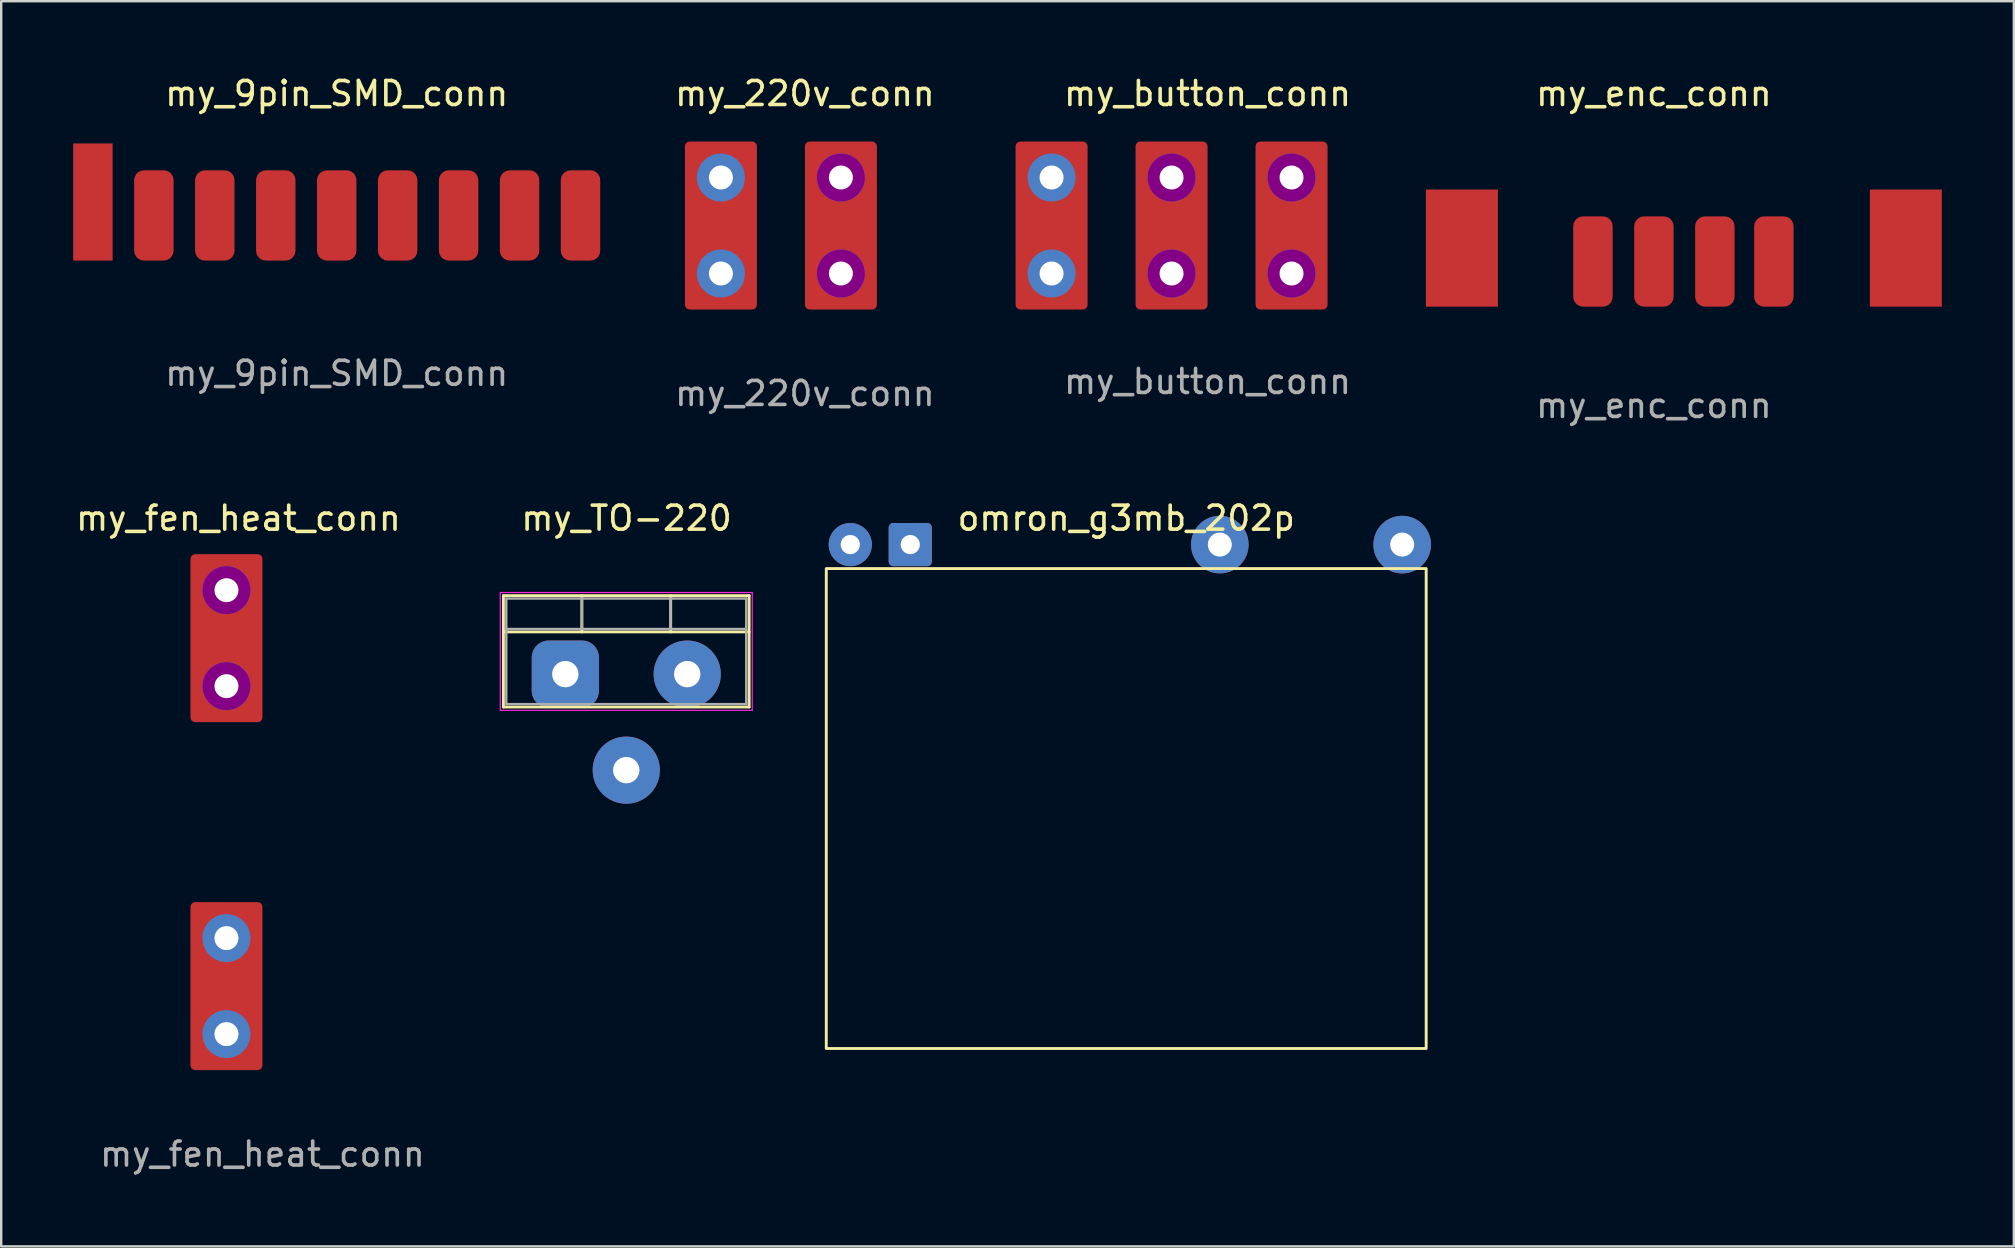
<source format=kicad_pcb>
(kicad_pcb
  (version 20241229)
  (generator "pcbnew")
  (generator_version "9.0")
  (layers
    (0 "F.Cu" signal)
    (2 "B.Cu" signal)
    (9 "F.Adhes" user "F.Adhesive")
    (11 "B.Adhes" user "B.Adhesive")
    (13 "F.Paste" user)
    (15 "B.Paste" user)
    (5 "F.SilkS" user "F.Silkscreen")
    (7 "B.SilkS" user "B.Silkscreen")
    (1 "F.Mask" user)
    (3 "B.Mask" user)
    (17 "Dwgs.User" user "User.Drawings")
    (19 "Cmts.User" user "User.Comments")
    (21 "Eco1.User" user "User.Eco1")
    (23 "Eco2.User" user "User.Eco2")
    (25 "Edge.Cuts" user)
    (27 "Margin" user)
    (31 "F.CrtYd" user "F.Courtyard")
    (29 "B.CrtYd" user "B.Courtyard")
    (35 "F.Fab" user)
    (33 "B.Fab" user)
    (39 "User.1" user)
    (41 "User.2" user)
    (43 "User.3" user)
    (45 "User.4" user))
  (footprint "omron_g3mb_202p"
    (layer "F.Cu")
    (at 43.884 19.645)
    (property "Reference" "omron_g3mb_202p" (at 0 -1.1 0) (unlocked yes) (layer "F.SilkS") (effects (font (size 1 1) (thickness 0.15))))
    (attr through_hole)
    (fp_rect (start -12.5 1) (end 12.5 21) (stroke (width 0.12) (type solid)) (fill no) (layer "F.SilkS"))
    (pad "11" thru_hole circle (at 3.9 0) (size 2.4 2.4) (drill 1) (layers "*.Cu" "*.Mask"))
    (pad "14" thru_hole circle (at 11.5 0) (size 2.4 2.4) (drill 1) (layers "*.Cu" "*.Mask"))
    (pad "A1" thru_hole roundrect (at -9 0) (size 1.8 1.8) (drill 0.8) (layers "*.Cu" "*.Mask") (roundrect_rratio 0.104))
    (pad "A2" thru_hole circle (at -11.5 0) (size 1.8 1.8) (drill 0.8) (layers "*.Cu" "*.Mask")))
  (footprint "my_enc_conn"
    (layer "F.Cu")
    (at 65.874 7.848)
    (property "Reference" "my_enc_conn" (at 0 -7 0) (unlocked yes) (layer "F.SilkS") (effects (font (size 1 1) (thickness 0.15))))
    (attr smd)
    (fp_text user "${REFERENCE}" (at 0 6 0) (unlocked yes) (layer "F.Fab") (effects (font (size 1 1) (thickness 0.15))))
    (pad "1" smd rect (at -8 -0.559) (size 3 4.881) (layers "F.Cu" "F.Mask" "F.Paste"))
    (pad "2" smd roundrect (at -2.54 0) (size 1.643 3.762) (layers "F.Cu" "F.Mask" "F.Paste") (roundrect_rratio 0.25))
    (pad "3" smd roundrect (at 0 0) (size 1.643 3.762) (layers "F.Cu" "F.Mask" "F.Paste") (roundrect_rratio 0.25))
    (pad "4" smd roundrect (at 2.54 0) (size 1.643 3.762) (layers "F.Cu" "F.Mask" "F.Paste") (roundrect_rratio 0.25))
    (pad "5" smd roundrect (at 5 0) (size 1.643 3.762) (layers "F.Cu" "F.Mask" "F.Paste") (roundrect_rratio 0.25))
    (pad "6" smd rect (at 10.5 -0.559) (size 3 4.881) (layers "F.Cu" "F.Mask" "F.Paste")))
  (footprint "my_button_conn"
    (layer "F.Cu")
    (at 39.273 9.848)
    (property "Reference" "my_button_conn" (at 8 -9 0) (unlocked yes) (layer "F.SilkS") (effects (font (size 1 1) (thickness 0.15))))
    (attr through_hole)
    (fp_text user "${REFERENCE}" (at 8 3 0) (unlocked yes) (layer "F.Fab") (effects (font (size 1 1) (thickness 0.15))))
    (pad "1" thru_hole circle (at 1.5 -5.5) (size 2 2) (drill 1) (layers "*.Cu" "*.Mask"))
    (pad "1" smd roundrect (at 1.5 -3.5) (size 3 7) (layers "F.Cu" "F.Mask" "F.Paste") (roundrect_rratio 0.066))
    (pad "1" thru_hole circle (at 1.5 -1.5) (size 2 2) (drill 1) (layers "*.Cu" "*.Mask"))
    (pad "2" thru_hole circle (at 6.5 -5.5) (size 2 2) (drill 1) (layers "*.Cu" "*.Mask" "F.Adhes"))
    (pad "2" smd roundrect (at 6.5 -3.5) (size 3 7) (layers "F.Cu" "F.Mask" "F.Paste") (roundrect_rratio 0.066))
    (pad "2" thru_hole circle (at 6.5 -1.5) (size 2 2) (drill 1) (layers "*.Cu" "*.Mask" "F.Adhes"))
    (pad "3" thru_hole circle (at 11.5 -5.5) (size 2 2) (drill 1) (layers "*.Cu" "*.Mask" "F.Adhes"))
    (pad "3" smd roundrect (at 11.5 -3.5) (size 3 7) (layers "F.Cu" "F.Mask" "F.Paste") (roundrect_rratio 0.066))
    (pad "3" thru_hole circle (at 11.5 -1.5) (size 2 2) (drill 1) (layers "*.Cu" "*.Mask" "F.Adhes")))
  (footprint "my_TO-220"
    (layer "F.Cu")
    (at 23.06 25.045)
    (property "Reference" "my_TO-220" (at 0 -6.5 0) (unlocked yes) (layer "F.SilkS") (effects (font (size 1 1) (thickness 0.15))))
    (attr through_hole)
    (fp_line (start -5.131 -3.272) (end -5.131 1.369) (stroke (width 0.12) (type solid)) (layer "F.SilkS"))
    (fp_line (start -5.131 -3.272) (end 5.109 -3.272) (stroke (width 0.12) (type solid)) (layer "F.SilkS"))
    (fp_line (start -5.131 -1.762) (end 5.109 -1.762) (stroke (width 0.12) (type solid)) (layer "F.SilkS"))
    (fp_line (start -5.131 1.369) (end 5.109 1.369) (stroke (width 0.12) (type solid)) (layer "F.SilkS"))
    (fp_line (start -1.861 -3.272) (end -1.861 -1.762) (stroke (width 0.12) (type solid)) (layer "F.SilkS"))
    (fp_line (start 1.84 -3.272) (end 1.84 -1.762) (stroke (width 0.12) (type solid)) (layer "F.SilkS"))
    (fp_line (start 5.109 -3.272) (end 5.109 1.369) (stroke (width 0.12) (type solid)) (layer "F.SilkS"))
    (fp_line (start -5.261 -3.402) (end -5.261 1.508) (stroke (width 0.05) (type solid)) (layer "F.CrtYd"))
    (fp_line (start -5.261 1.508) (end 5.239 1.508) (stroke (width 0.05) (type solid)) (layer "F.CrtYd"))
    (fp_line (start 5.239 -3.402) (end -5.261 -3.402) (stroke (width 0.05) (type solid)) (layer "F.CrtYd"))
    (fp_line (start 5.239 1.508) (end 5.239 -3.402) (stroke (width 0.05) (type solid)) (layer "F.CrtYd"))
    (fp_line (start -5.011 -3.152) (end -5.011 1.248) (stroke (width 0.1) (type solid)) (layer "F.Fab"))
    (fp_line (start -5.011 -1.882) (end 4.989 -1.882) (stroke (width 0.1) (type solid)) (layer "F.Fab"))
    (fp_line (start -5.011 1.248) (end 4.989 1.248) (stroke (width 0.1) (type solid)) (layer "F.Fab"))
    (fp_line (start -1.861 -3.152) (end -1.861 -1.882) (stroke (width 0.1) (type solid)) (layer "F.Fab"))
    (fp_line (start 1.839 -3.152) (end 1.839 -1.882) (stroke (width 0.1) (type solid)) (layer "F.Fab"))
    (fp_line (start 4.989 -3.152) (end -5.011 -3.152) (stroke (width 0.1) (type solid)) (layer "F.Fab"))
    (fp_line (start 4.989 1.248) (end 4.989 -3.152) (stroke (width 0.1) (type solid)) (layer "F.Fab"))
    (pad "1" thru_hole roundrect (at -2.551 -0.002) (size 2.8 2.8) (drill 1.1) (layers "*.Cu" "*.Mask") (roundrect_rratio 0.25))
    (pad "2" thru_hole circle (at -0.011 4) (size 2.8 2.8) (drill 1.1) (layers "*.Cu" "*.Mask"))
    (pad "3" thru_hole circle (at 2.529 -0.002) (size 2.8 2.8) (drill 1.1) (layers "*.Cu" "*.Mask")))
  (footprint "my_9pin_SMD_conn"
    (layer "F.Cu")
    (at 10.982 5.928)
    (property "Reference" "my_9pin_SMD_conn" (at 0 -5.08 0) (unlocked yes) (layer "F.SilkS") (effects (font (size 1 1) (thickness 0.15))))
    (attr smd)
    (fp_text user "${REFERENCE}" (at 0 6.58 0) (unlocked yes) (layer "F.Fab") (effects (font (size 1 1) (thickness 0.15))))
    (pad "1" smd rect (at -10.16 -0.559) (size 1.643 4.881) (layers "F.Cu" "F.Mask" "F.Paste"))
    (pad "2" smd roundrect (at -7.62 0) (size 1.643 3.762) (layers "F.Cu" "F.Mask" "F.Paste") (roundrect_rratio 0.25))
    (pad "3" smd roundrect (at -5.08 0) (size 1.643 3.762) (layers "F.Cu" "F.Mask" "F.Paste") (roundrect_rratio 0.25))
    (pad "4" smd roundrect (at -2.54 0) (size 1.643 3.762) (layers "F.Cu" "F.Mask" "F.Paste") (roundrect_rratio 0.25))
    (pad "5" smd roundrect (at 0 0) (size 1.643 3.762) (layers "F.Cu" "F.Mask" "F.Paste") (roundrect_rratio 0.25))
    (pad "6" smd roundrect (at 2.54 0) (size 1.643 3.762) (layers "F.Cu" "F.Mask" "F.Paste") (roundrect_rratio 0.25))
    (pad "7" smd roundrect (at 5.08 0) (size 1.643 3.762) (layers "F.Cu" "F.Mask" "F.Paste") (roundrect_rratio 0.25))
    (pad "8" smd roundrect (at 7.62 0) (size 1.643 3.762) (layers "F.Cu" "F.Mask" "F.Paste") (roundrect_rratio 0.25))
    (pad "9" smd roundrect (at 10.16 0) (size 1.643 3.762) (layers "F.Cu" "F.Mask" "F.Paste") (roundrect_rratio 0.25)))
  (footprint "my_220v_conn"
    (layer "F.Cu")
    (at 28.493 9.848)
    (property "Reference" "my_220v_conn" (at 2 -9 0) (unlocked yes) (layer "F.SilkS") (effects (font (size 1 1) (thickness 0.15))))
    (attr through_hole)
    (fp_text user "${REFERENCE}" (at 2 3.5 0) (unlocked yes) (layer "F.Fab") (effects (font (size 1 1) (thickness 0.15))))
    (pad "1" thru_hole circle (at -1.5 -5.5) (size 2 2) (drill 1) (layers "*.Cu" "*.Mask"))
    (pad "1" smd roundrect (at -1.5 -3.5) (size 3 7) (layers "F.Cu" "F.Mask" "F.Paste") (roundrect_rratio 0.066))
    (pad "1" thru_hole circle (at -1.5 -1.5) (size 2 2) (drill 1) (layers "*.Cu" "*.Mask"))
    (pad "2" thru_hole circle (at 3.5 -5.5) (size 2 2) (drill 1) (layers "*.Cu" "*.Mask" "F.Adhes"))
    (pad "2" smd roundrect (at 3.5 -3.5) (size 3 7) (layers "F.Cu" "F.Mask" "F.Paste") (roundrect_rratio 0.066))
    (pad "2" thru_hole circle (at 3.5 -1.5) (size 2 2) (drill 1) (layers "*.Cu" "*.Mask" "F.Adhes")))
  (footprint "my_fen_heat_conn"
    (layer "F.Cu")
    (at 7.887 41.545)
    (property "Reference" "my_fen_heat_conn" (at -1 -23 0) (unlocked yes) (layer "F.SilkS") (effects (font (size 1 1) (thickness 0.15))))
    (attr through_hole)
    (fp_text user "${REFERENCE}" (at 0 3.5 0) (unlocked yes) (layer "F.Fab") (effects (font (size 1 1) (thickness 0.15))))
    (pad "1" thru_hole circle (at -1.5 -5.5) (size 2 2) (drill 1) (layers "*.Cu" "*.Mask"))
    (pad "1" smd roundrect (at -1.5 -3.5) (size 3 7) (layers "F.Cu" "F.Mask" "F.Paste") (roundrect_rratio 0.066))
    (pad "1" thru_hole circle (at -1.5 -1.5) (size 2 2) (drill 1) (layers "*.Cu" "*.Mask"))
    (pad "2" thru_hole circle (at -1.5 -20) (size 2 2) (drill 1) (layers "*.Cu" "*.Mask" "F.Adhes"))
    (pad "2" smd roundrect (at -1.5 -18) (size 3 7) (layers "F.Cu" "F.Mask" "F.Paste") (roundrect_rratio 0.066))
    (pad "2" thru_hole circle (at -1.5 -16) (size 2 2) (drill 1) (layers "*.Cu" "*.Mask" "F.Adhes")))
  (gr_rect
    (start -3 -3)
    (end 80.874 48.893)
    (stroke (width 0.1) (type default))
    (fill no)
    (layer "Edge.Cuts")))
</source>
